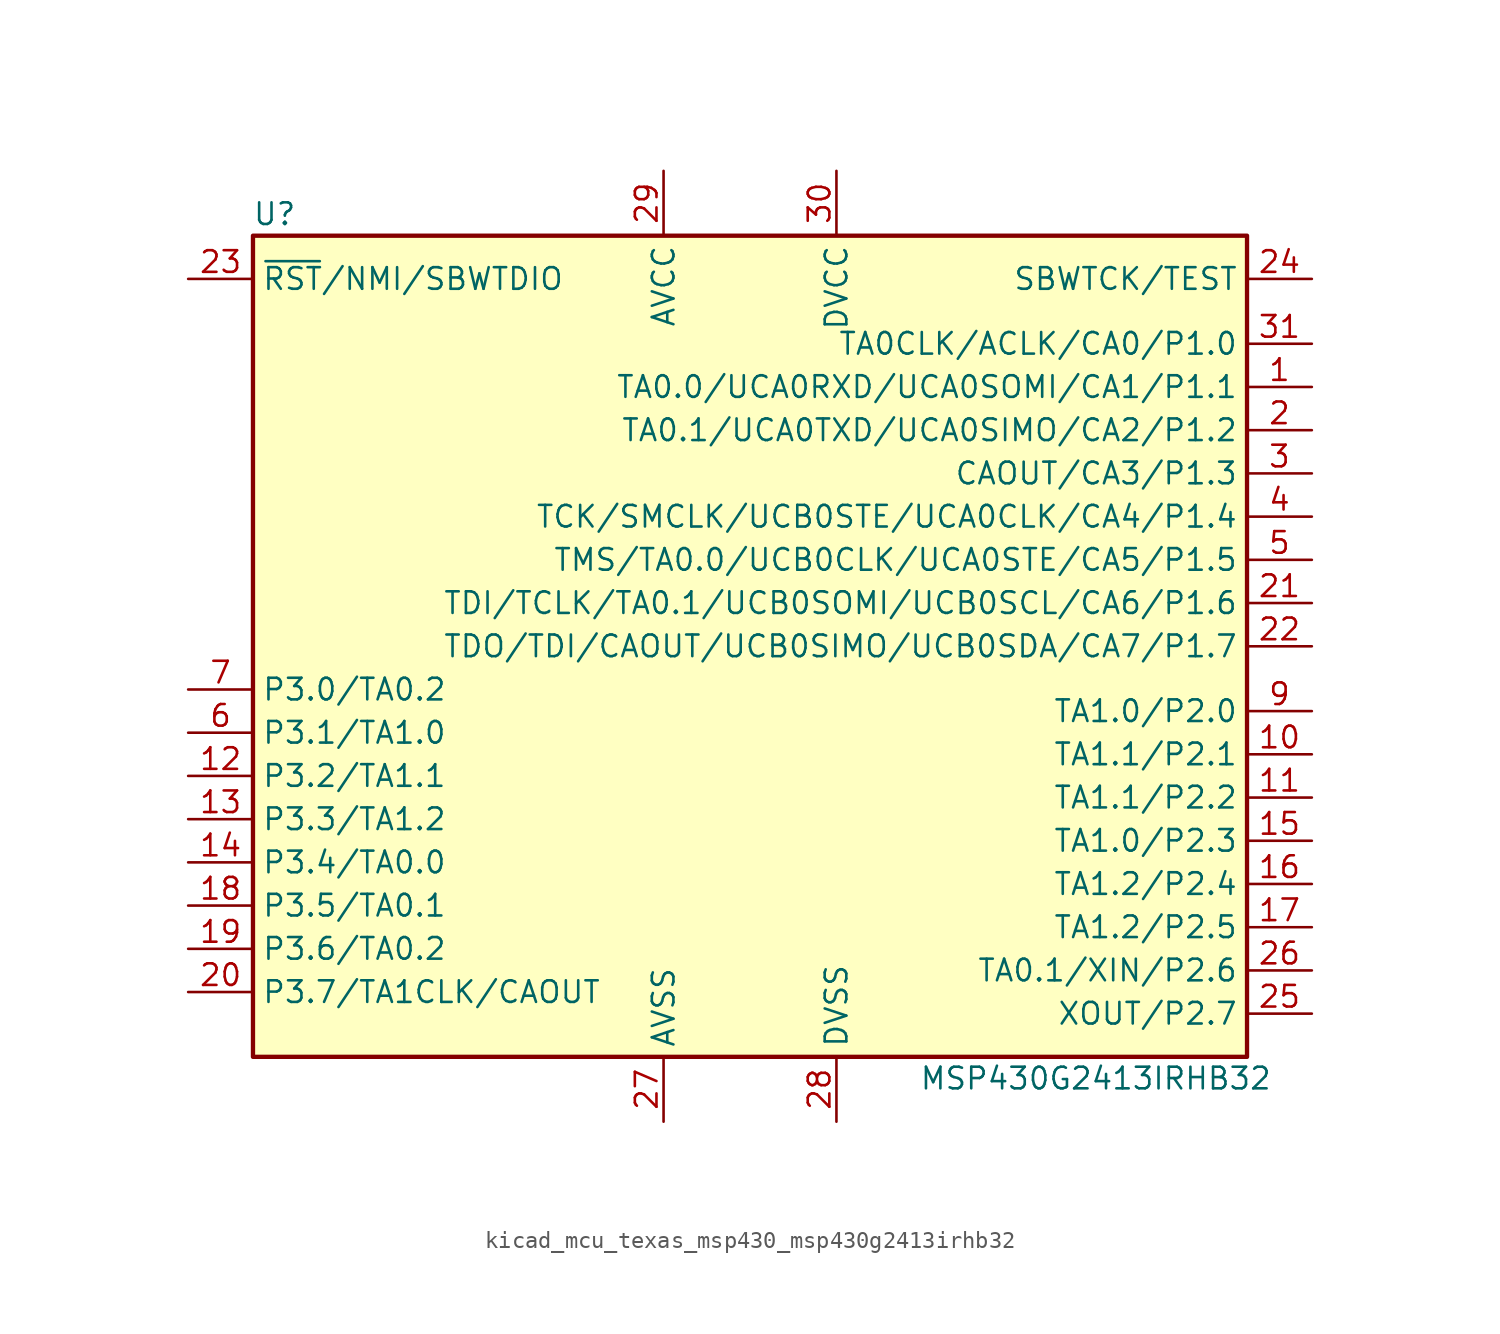
<source format=kicad_sym>
(kicad_symbol_lib
  (version 20220914)
  (generator kicad_symbol_editor)
  (symbol "kicad_mcu_texas_msp430_msp430g2413irhb32"
    (property "Reference" "U"
      (at -27.94 25.4 0)
      (effects (font (size 1.27 1.27))))
    (property "Value" "MSP430G2413IRHB32"
      (at 20.32 -25.4 0)
      (effects (font (size 1.27 1.27))))
    (symbol "kicad_mcu_texas_msp430_msp430g2413irhb32_0_1"
      (rectangle (start -29.21 24.13) (end 29.21 -24.13) (stroke (width 0.254) (type default)) (fill (type background))))
    (symbol "kicad_mcu_texas_msp430_msp430g2413irhb32_1_1"
      (pin bidirectional line (at 33.02 15.24 180) (length 3.81) (name "TA0.0/UCA0RXD/UCA0SOMI/CA1/P1.1" (effects (font (size 1.27 1.27)))) (number "1" (effects (font (size 1.27 1.27)))))
      (pin bidirectional line (at 33.02 -6.35 180) (length 3.81) (name "TA1.1/P2.1" (effects (font (size 1.27 1.27)))) (number "10" (effects (font (size 1.27 1.27)))))
      (pin bidirectional line (at 33.02 -8.89 180) (length 3.81) (name "TA1.1/P2.2" (effects (font (size 1.27 1.27)))) (number "11" (effects (font (size 1.27 1.27)))))
      (pin bidirectional line (at -33.02 -7.62 0) (length 3.81) (name "P3.2/TA1.1" (effects (font (size 1.27 1.27)))) (number "12" (effects (font (size 1.27 1.27)))))
      (pin bidirectional line (at -33.02 -10.16 0) (length 3.81) (name "P3.3/TA1.2" (effects (font (size 1.27 1.27)))) (number "13" (effects (font (size 1.27 1.27)))))
      (pin bidirectional line (at -33.02 -12.7 0) (length 3.81) (name "P3.4/TA0.0" (effects (font (size 1.27 1.27)))) (number "14" (effects (font (size 1.27 1.27)))))
      (pin bidirectional line (at 33.02 -11.43 180) (length 3.81) (name "TA1.0/P2.3" (effects (font (size 1.27 1.27)))) (number "15" (effects (font (size 1.27 1.27)))))
      (pin bidirectional line (at 33.02 -13.97 180) (length 3.81) (name "TA1.2/P2.4" (effects (font (size 1.27 1.27)))) (number "16" (effects (font (size 1.27 1.27)))))
      (pin bidirectional line (at 33.02 -16.51 180) (length 3.81) (name "TA1.2/P2.5" (effects (font (size 1.27 1.27)))) (number "17" (effects (font (size 1.27 1.27)))))
      (pin bidirectional line (at -33.02 -15.24 0) (length 3.81) (name "P3.5/TA0.1" (effects (font (size 1.27 1.27)))) (number "18" (effects (font (size 1.27 1.27)))))
      (pin bidirectional line (at -33.02 -17.78 0) (length 3.81) (name "P3.6/TA0.2" (effects (font (size 1.27 1.27)))) (number "19" (effects (font (size 1.27 1.27)))))
      (pin bidirectional line (at 33.02 12.7 180) (length 3.81) (name "TA0.1/UCA0TXD/UCA0SIMO/CA2/P1.2" (effects (font (size 1.27 1.27)))) (number "2" (effects (font (size 1.27 1.27)))))
      (pin bidirectional line (at -33.02 -20.32 0) (length 3.81) (name "P3.7/TA1CLK/CAOUT" (effects (font (size 1.27 1.27)))) (number "20" (effects (font (size 1.27 1.27)))))
      (pin bidirectional line (at 33.02 2.54 180) (length 3.81) (name "TDI/TCLK/TA0.1/UCB0SOMI/UCB0SCL/CA6/P1.6" (effects (font (size 1.27 1.27)))) (number "21" (effects (font (size 1.27 1.27)))))
      (pin bidirectional line (at 33.02 0 180) (length 3.81) (name "TDO/TDI/CAOUT/UCB0SIMO/UCB0SDA/CA7/P1.7" (effects (font (size 1.27 1.27)))) (number "22" (effects (font (size 1.27 1.27)))))
      (pin input line (at -33.02 21.59 0) (length 3.81) (name "~{RST}/NMI/SBWTDIO" (effects (font (size 1.27 1.27)))) (number "23" (effects (font (size 1.27 1.27)))))
      (pin input line (at 33.02 21.59 180) (length 3.81) (name "SBWTCK/TEST" (effects (font (size 1.27 1.27)))) (number "24" (effects (font (size 1.27 1.27)))))
      (pin bidirectional line (at 33.02 -21.59 180) (length 3.81) (name "XOUT/P2.7" (effects (font (size 1.27 1.27)))) (number "25" (effects (font (size 1.27 1.27)))))
      (pin bidirectional line (at 33.02 -19.05 180) (length 3.81) (name "TA0.1/XIN/P2.6" (effects (font (size 1.27 1.27)))) (number "26" (effects (font (size 1.27 1.27)))))
      (pin power_in line (at -5.08 -27.94 90) (length 3.81) (name "AVSS" (effects (font (size 1.27 1.27)))) (number "27" (effects (font (size 1.27 1.27)))))
      (pin power_in line (at 5.08 -27.94 90) (length 3.81) (name "DVSS" (effects (font (size 1.27 1.27)))) (number "28" (effects (font (size 1.27 1.27)))))
      (pin power_in line (at -5.08 27.94 270) (length 3.81) (name "AVCC" (effects (font (size 1.27 1.27)))) (number "29" (effects (font (size 1.27 1.27)))))
      (pin bidirectional line (at 33.02 10.16 180) (length 3.81) (name "CAOUT/CA3/P1.3" (effects (font (size 1.27 1.27)))) (number "3" (effects (font (size 1.27 1.27)))))
      (pin power_in line (at 5.08 27.94 270) (length 3.81) (name "DVCC" (effects (font (size 1.27 1.27)))) (number "30" (effects (font (size 1.27 1.27)))))
      (pin bidirectional line (at 33.02 17.78 180) (length 3.81) (name "TA0CLK/ACLK/CA0/P1.0" (effects (font (size 1.27 1.27)))) (number "31" (effects (font (size 1.27 1.27)))))
      (pin bidirectional line (at 33.02 7.62 180) (length 3.81) (name "TCK/SMCLK/UCB0STE/UCA0CLK/CA4/P1.4" (effects (font (size 1.27 1.27)))) (number "4" (effects (font (size 1.27 1.27)))))
      (pin bidirectional line (at 33.02 5.08 180) (length 3.81) (name "TMS/TA0.0/UCB0CLK/UCA0STE/CA5/P1.5" (effects (font (size 1.27 1.27)))) (number "5" (effects (font (size 1.27 1.27)))))
      (pin bidirectional line (at -33.02 -5.08 0) (length 3.81) (name "P3.1/TA1.0" (effects (font (size 1.27 1.27)))) (number "6" (effects (font (size 1.27 1.27)))))
      (pin bidirectional line (at -33.02 -2.54 0) (length 3.81) (name "P3.0/TA0.2" (effects (font (size 1.27 1.27)))) (number "7" (effects (font (size 1.27 1.27)))))
      (pin bidirectional line (at 33.02 -3.81 180) (length 3.81) (name "TA1.0/P2.0" (effects (font (size 1.27 1.27)))) (number "9" (effects (font (size 1.27 1.27))))))))
</source>
